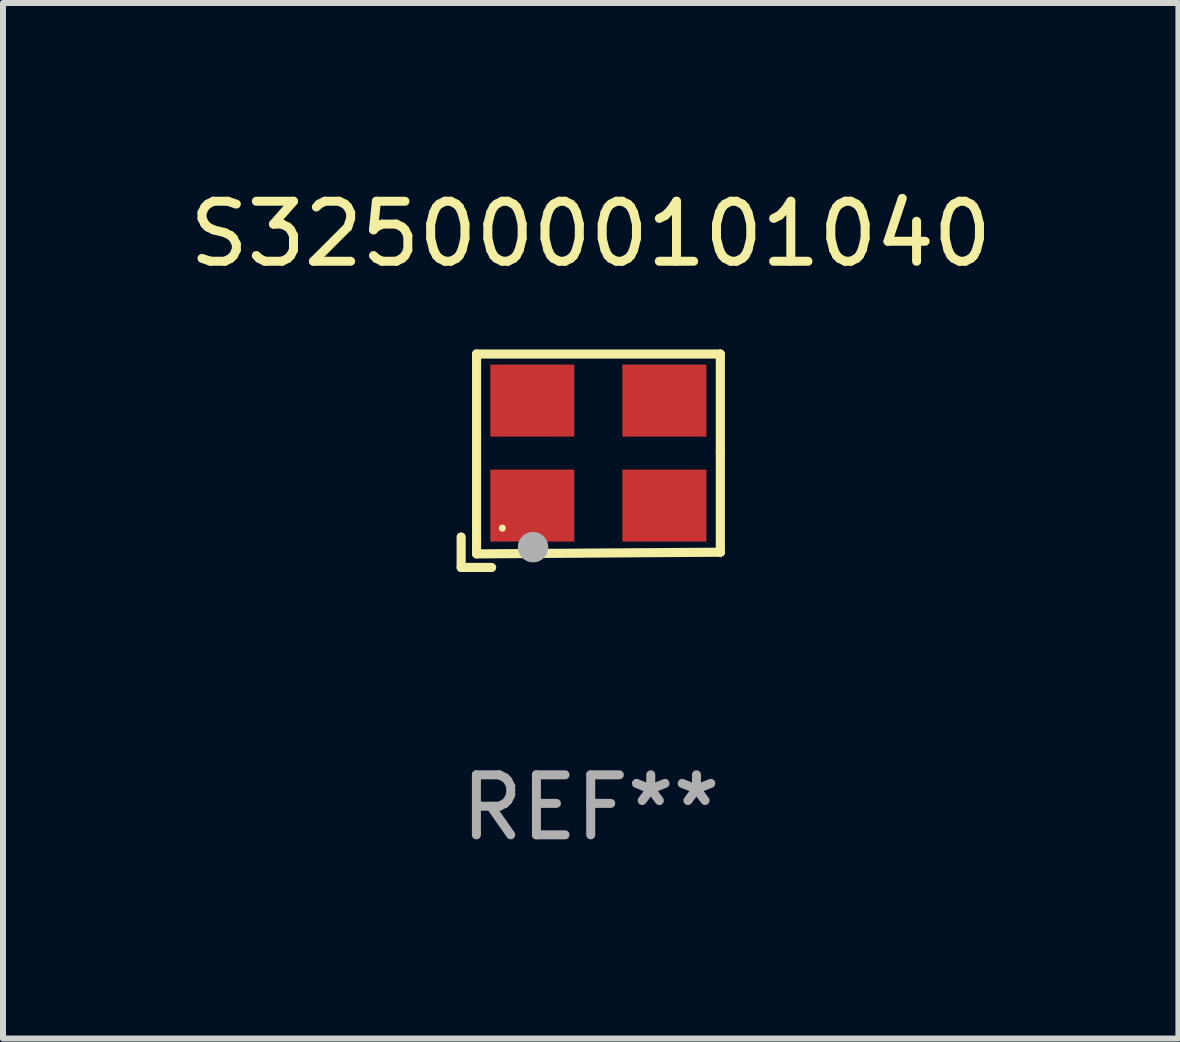
<source format=kicad_pcb>
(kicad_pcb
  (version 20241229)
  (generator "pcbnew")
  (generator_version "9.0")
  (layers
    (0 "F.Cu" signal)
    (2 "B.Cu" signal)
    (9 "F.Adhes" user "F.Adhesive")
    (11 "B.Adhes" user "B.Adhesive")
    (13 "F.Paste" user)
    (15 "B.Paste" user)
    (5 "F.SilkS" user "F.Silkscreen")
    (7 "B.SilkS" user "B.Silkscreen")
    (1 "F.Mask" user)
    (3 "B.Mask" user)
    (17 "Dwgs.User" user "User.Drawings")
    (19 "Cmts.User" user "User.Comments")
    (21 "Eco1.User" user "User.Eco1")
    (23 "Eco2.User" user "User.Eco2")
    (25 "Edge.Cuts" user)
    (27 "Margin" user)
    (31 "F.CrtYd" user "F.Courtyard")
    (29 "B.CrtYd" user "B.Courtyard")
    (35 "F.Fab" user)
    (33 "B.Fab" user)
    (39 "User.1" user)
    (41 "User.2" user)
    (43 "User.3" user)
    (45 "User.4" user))
  (footprint "S3250000101040"
    (layer "F.Cu")
    (at 6.792 4.626)
    (property "Reference" "S3250000101040" (at 0 -3.778 0) (layer "F.SilkS") (effects (font (size 1 1) (thickness 0.15))))
    (attr through_hole)
    (fp_line (start -2.159 1.27) (end -2.159 1.778) (stroke (width 0.152) (type solid)) (layer "F.SilkS"))
    (fp_line (start -2.159 1.778) (end -1.651 1.778) (stroke (width 0.152) (type solid)) (layer "F.SilkS"))
    (fp_line (start -1.902 -1.778) (end 2.159 -1.778) (stroke (width 0.152) (type solid)) (layer "F.SilkS"))
    (fp_line (start -1.902 1.552) (end -1.902 -1.778) (stroke (width 0.152) (type solid)) (layer "F.SilkS"))
    (fp_line (start 2.159 -1.778) (end 2.159 -0.127) (stroke (width 0.152) (type solid)) (layer "F.SilkS"))
    (fp_line (start 2.159 -0.127) (end 2.159 1.524) (stroke (width 0.152) (type solid)) (layer "F.SilkS"))
    (fp_line (start 2.159 1.524) (end -1.902 1.552) (stroke (width 0.152) (type solid)) (layer "F.SilkS"))
    (fp_line (start 2.159 1.524) (end 2.159 1.524) (stroke (width 0.152) (type solid)) (layer "F.SilkS"))
    (fp_circle (center -1.473 1.123) (end -1.443 1.123) (stroke (width 0.06) (type solid)) (fill no) (layer "F.SilkS"))
    (fp_circle (center -0.961 1.44) (end -0.834 1.44) (stroke (width 0.254) (type solid)) (fill no) (layer "F.Fab"))
    (fp_text user "REF**" (at 0 5.778 0) (layer "F.Fab") (effects (font (size 1 1) (thickness 0.15))))
    (pad "1" smd rect (at -0.973 0.748) (size 1.4 1.2) (layers "F.Cu" "F.Mask" "F.Paste"))
    (pad "2" smd rect (at 1.227 0.748) (size 1.4 1.2) (layers "F.Cu" "F.Mask" "F.Paste"))
    (pad "3" smd rect (at 1.227 -1.002) (size 1.4 1.2) (layers "F.Cu" "F.Mask" "F.Paste"))
    (pad "4" smd rect (at -0.973 -1.002) (size 1.4 1.2) (layers "F.Cu" "F.Mask" "F.Paste")))
  (gr_rect
    (start -3 -3)
    (end 16.583 14.253)
    (stroke (width 0.1) (type default))
    (fill no)
    (layer "Edge.Cuts")))
</source>
